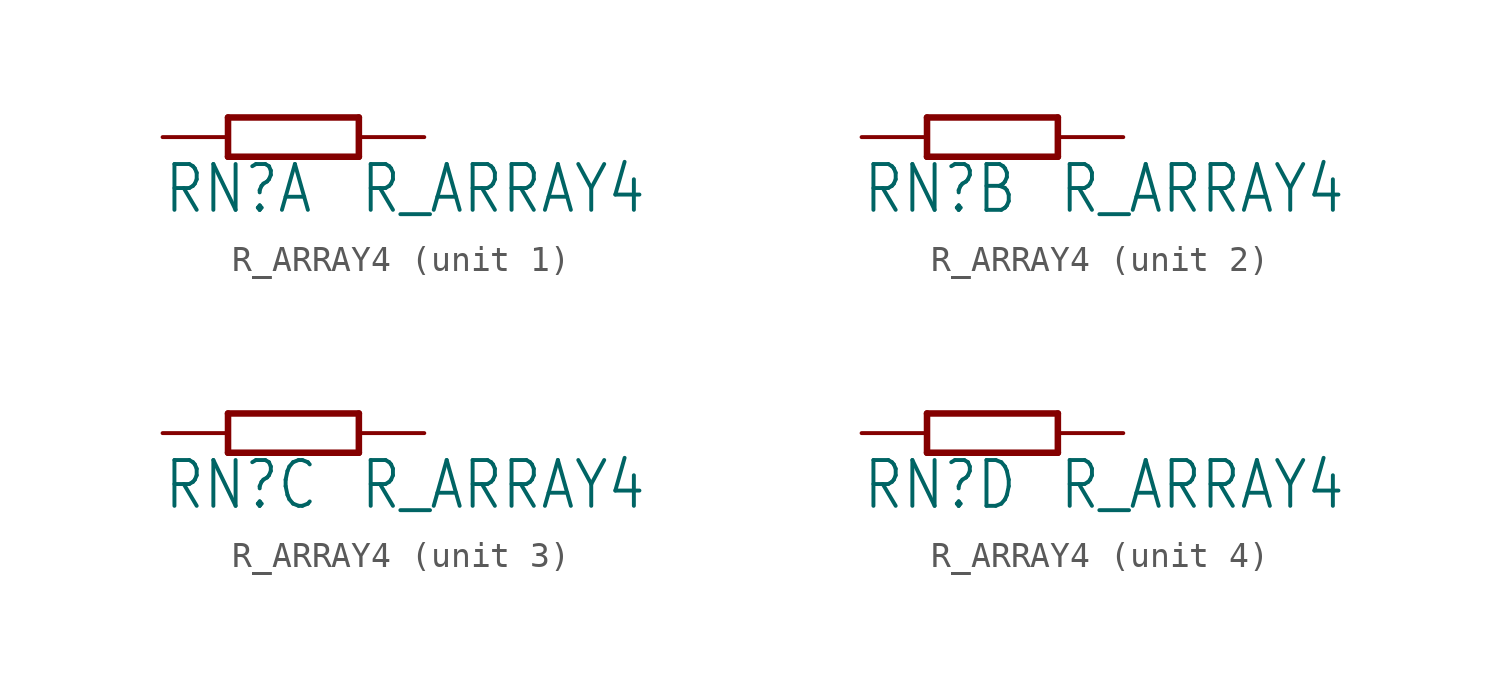
<source format=kicad_sym>
(kicad_symbol_lib
  (version 20211014)
  (generator kicad_symbol_editor)
  (symbol "R_ARRAY4"
    (property "Reference" "RN"
      (at -5.08 -3.048 0)
      (effects (font (size 1.778 1.511)) (justify left bottom)))
    (property "Value" "R_ARRAY4"
      (at 2.54 -3.048 0)
      (effects (font (size 1.778 1.511)) (justify left bottom)))
    (property "ki_locked" ""
      (at 0 0 0)
      (effects (font (size 1.27 1.27))))
    (symbol "R_ARRAY4_1_0"
      (polyline (pts (xy -2.54 -0.762) (xy 2.54 -0.762)) (stroke (width 0.254) (type default) (color 0 0 0 0)) (fill (type none)))
      (polyline (pts (xy -2.54 0.762) (xy -2.54 -0.762)) (stroke (width 0.254) (type default) (color 0 0 0 0)) (fill (type none)))
      (polyline (pts (xy 2.54 -0.762) (xy 2.54 0.762)) (stroke (width 0.254) (type default) (color 0 0 0 0)) (fill (type none)))
      (polyline (pts (xy 2.54 0.762) (xy -2.54 0.762)) (stroke (width 0.254) (type default) (color 0 0 0 0)) (fill (type none)))
      (pin passive line (at -5.08 0 0) (length 2.54) (name "1" (effects (font (size 0 0)))) (number "2" (effects (font (size 0 0)))))
      (pin passive line (at 5.08 0 180) (length 2.54) (name "2" (effects (font (size 0 0)))) (number "7" (effects (font (size 0 0))))))
    (symbol "R_ARRAY4_2_0"
      (polyline (pts (xy -2.54 -0.762) (xy 2.54 -0.762)) (stroke (width 0.254) (type default) (color 0 0 0 0)) (fill (type none)))
      (polyline (pts (xy -2.54 0.762) (xy -2.54 -0.762)) (stroke (width 0.254) (type default) (color 0 0 0 0)) (fill (type none)))
      (polyline (pts (xy 2.54 -0.762) (xy 2.54 0.762)) (stroke (width 0.254) (type default) (color 0 0 0 0)) (fill (type none)))
      (polyline (pts (xy 2.54 0.762) (xy -2.54 0.762)) (stroke (width 0.254) (type default) (color 0 0 0 0)) (fill (type none)))
      (pin passive line (at -5.08 0 0) (length 2.54) (name "1" (effects (font (size 0 0)))) (number "3" (effects (font (size 0 0)))))
      (pin passive line (at 5.08 0 180) (length 2.54) (name "2" (effects (font (size 0 0)))) (number "6" (effects (font (size 0 0))))))
    (symbol "R_ARRAY4_3_0"
      (polyline (pts (xy -2.54 -0.762) (xy 2.54 -0.762)) (stroke (width 0.254) (type default) (color 0 0 0 0)) (fill (type none)))
      (polyline (pts (xy -2.54 0.762) (xy -2.54 -0.762)) (stroke (width 0.254) (type default) (color 0 0 0 0)) (fill (type none)))
      (polyline (pts (xy 2.54 -0.762) (xy 2.54 0.762)) (stroke (width 0.254) (type default) (color 0 0 0 0)) (fill (type none)))
      (polyline (pts (xy 2.54 0.762) (xy -2.54 0.762)) (stroke (width 0.254) (type default) (color 0 0 0 0)) (fill (type none)))
      (pin passive line (at -5.08 0 0) (length 2.54) (name "1" (effects (font (size 0 0)))) (number "4" (effects (font (size 0 0)))))
      (pin passive line (at 5.08 0 180) (length 2.54) (name "2" (effects (font (size 0 0)))) (number "5" (effects (font (size 0 0))))))
    (symbol "R_ARRAY4_4_0"
      (polyline (pts (xy -2.54 -0.762) (xy 2.54 -0.762)) (stroke (width 0.254) (type default) (color 0 0 0 0)) (fill (type none)))
      (polyline (pts (xy -2.54 0.762) (xy -2.54 -0.762)) (stroke (width 0.254) (type default) (color 0 0 0 0)) (fill (type none)))
      (polyline (pts (xy 2.54 -0.762) (xy 2.54 0.762)) (stroke (width 0.254) (type default) (color 0 0 0 0)) (fill (type none)))
      (polyline (pts (xy 2.54 0.762) (xy -2.54 0.762)) (stroke (width 0.254) (type default) (color 0 0 0 0)) (fill (type none)))
      (pin passive line (at -5.08 0 0) (length 2.54) (name "1" (effects (font (size 0 0)))) (number "1" (effects (font (size 0 0)))))
      (pin passive line (at 5.08 0 180) (length 2.54) (name "2" (effects (font (size 0 0)))) (number "8" (effects (font (size 0 0))))))))
</source>
